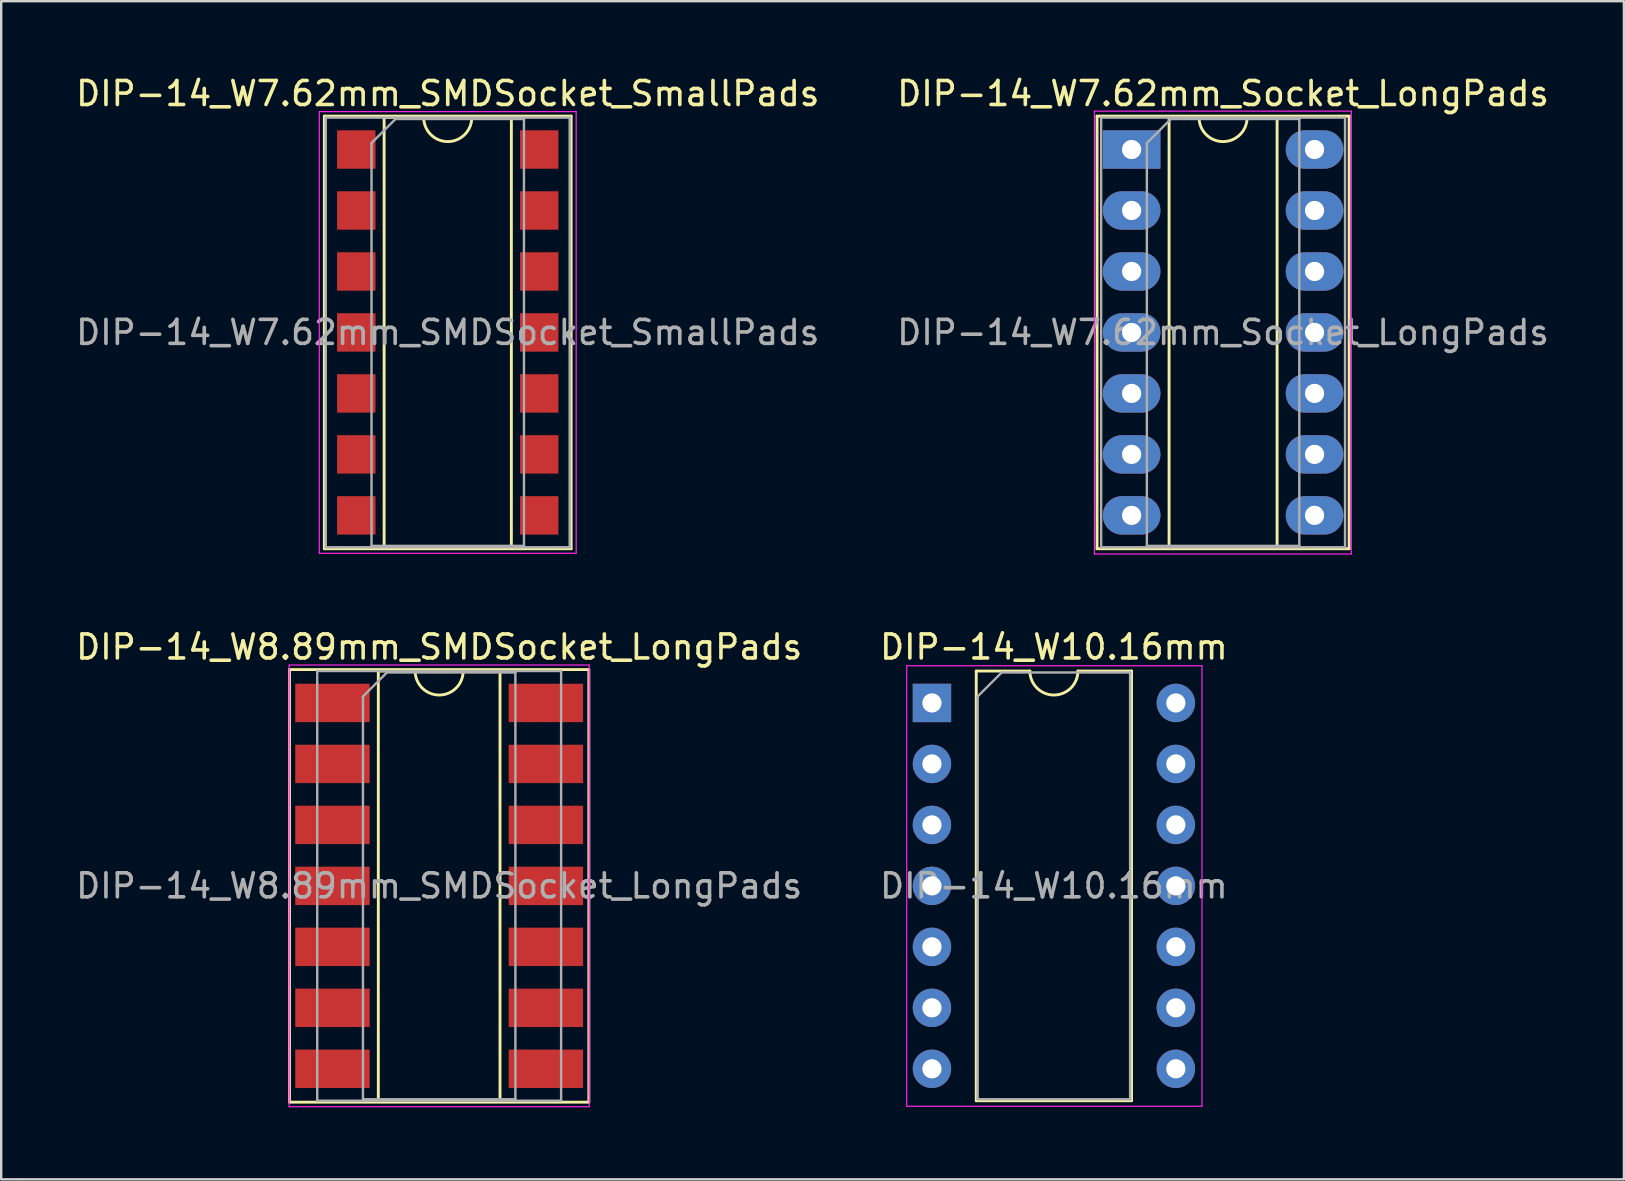
<source format=kicad_pcb>
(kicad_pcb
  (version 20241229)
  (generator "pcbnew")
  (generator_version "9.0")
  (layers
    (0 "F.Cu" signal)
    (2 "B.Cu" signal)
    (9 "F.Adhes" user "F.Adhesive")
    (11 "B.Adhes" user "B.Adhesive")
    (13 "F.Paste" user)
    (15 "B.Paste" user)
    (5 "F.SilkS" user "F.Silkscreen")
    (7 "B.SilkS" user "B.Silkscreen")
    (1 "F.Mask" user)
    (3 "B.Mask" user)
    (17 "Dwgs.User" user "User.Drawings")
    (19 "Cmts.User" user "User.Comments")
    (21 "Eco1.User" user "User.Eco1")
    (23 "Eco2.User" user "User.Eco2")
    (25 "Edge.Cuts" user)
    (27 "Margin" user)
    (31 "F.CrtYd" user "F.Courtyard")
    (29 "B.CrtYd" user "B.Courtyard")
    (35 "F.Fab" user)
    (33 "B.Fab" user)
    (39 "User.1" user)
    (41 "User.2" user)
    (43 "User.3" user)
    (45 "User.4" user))
  (footprint "DIP-14_W10.16mm"
    (layer "F.Cu")
    (at 35.771 26.232)
    (property "Reference" "DIP-14_W10.16mm" (at 5.08 -2.33 0) (layer "F.SilkS") (effects (font (size 1 1) (thickness 0.15))))
    (attr through_hole)
    (fp_line (start 1.845 -1.33) (end 1.845 16.57) (stroke (width 0.12) (type solid)) (layer "F.SilkS"))
    (fp_line (start 1.845 16.57) (end 8.315 16.57) (stroke (width 0.12) (type solid)) (layer "F.SilkS"))
    (fp_line (start 4.08 -1.33) (end 1.845 -1.33) (stroke (width 0.12) (type solid)) (layer "F.SilkS"))
    (fp_line (start 8.315 -1.33) (end 6.08 -1.33) (stroke (width 0.12) (type solid)) (layer "F.SilkS"))
    (fp_line (start 8.315 16.57) (end 8.315 -1.33) (stroke (width 0.12) (type solid)) (layer "F.SilkS"))
    (fp_arc (start 6.08 -1.33) (mid 5.08 -0.33) (end 4.08 -1.33) (stroke (width 0.12) (type solid)) (layer "F.SilkS"))
    (fp_line (start -1.05 -1.55) (end -1.05 16.8) (stroke (width 0.05) (type solid)) (layer "F.CrtYd"))
    (fp_line (start -1.05 16.8) (end 11.25 16.8) (stroke (width 0.05) (type solid)) (layer "F.CrtYd"))
    (fp_line (start 11.25 -1.55) (end -1.05 -1.55) (stroke (width 0.05) (type solid)) (layer "F.CrtYd"))
    (fp_line (start 11.25 16.8) (end 11.25 -1.55) (stroke (width 0.05) (type solid)) (layer "F.CrtYd"))
    (fp_line (start 1.905 -0.27) (end 2.905 -1.27) (stroke (width 0.1) (type solid)) (layer "F.Fab"))
    (fp_line (start 1.905 16.51) (end 1.905 -0.27) (stroke (width 0.1) (type solid)) (layer "F.Fab"))
    (fp_line (start 2.905 -1.27) (end 8.255 -1.27) (stroke (width 0.1) (type solid)) (layer "F.Fab"))
    (fp_line (start 8.255 -1.27) (end 8.255 16.51) (stroke (width 0.1) (type solid)) (layer "F.Fab"))
    (fp_line (start 8.255 16.51) (end 1.905 16.51) (stroke (width 0.1) (type solid)) (layer "F.Fab"))
    (fp_text user "${REFERENCE}" (at 5.08 7.62 0) (layer "F.Fab") (effects (font (size 1 1) (thickness 0.15))))
    (pad "1" thru_hole rect (at 0 0) (size 1.6 1.6) (drill 0.8) (layers "*.Cu" "*.Mask"))
    (pad "2" thru_hole oval (at 0 2.54) (size 1.6 1.6) (drill 0.8) (layers "*.Cu" "*.Mask"))
    (pad "3" thru_hole oval (at 0 5.08) (size 1.6 1.6) (drill 0.8) (layers "*.Cu" "*.Mask"))
    (pad "4" thru_hole oval (at 0 7.62) (size 1.6 1.6) (drill 0.8) (layers "*.Cu" "*.Mask"))
    (pad "5" thru_hole oval (at 0 10.16) (size 1.6 1.6) (drill 0.8) (layers "*.Cu" "*.Mask"))
    (pad "6" thru_hole oval (at 0 12.7) (size 1.6 1.6) (drill 0.8) (layers "*.Cu" "*.Mask"))
    (pad "7" thru_hole oval (at 0 15.24) (size 1.6 1.6) (drill 0.8) (layers "*.Cu" "*.Mask"))
    (pad "8" thru_hole oval (at 10.16 15.24) (size 1.6 1.6) (drill 0.8) (layers "*.Cu" "*.Mask"))
    (pad "9" thru_hole oval (at 10.16 12.7) (size 1.6 1.6) (drill 0.8) (layers "*.Cu" "*.Mask"))
    (pad "10" thru_hole oval (at 10.16 10.16) (size 1.6 1.6) (drill 0.8) (layers "*.Cu" "*.Mask"))
    (pad "11" thru_hole oval (at 10.16 7.62) (size 1.6 1.6) (drill 0.8) (layers "*.Cu" "*.Mask"))
    (pad "12" thru_hole oval (at 10.16 5.08) (size 1.6 1.6) (drill 0.8) (layers "*.Cu" "*.Mask"))
    (pad "13" thru_hole oval (at 10.16 2.54) (size 1.6 1.6) (drill 0.8) (layers "*.Cu" "*.Mask"))
    (pad "14" thru_hole oval (at 10.16 0) (size 1.6 1.6) (drill 0.8) (layers "*.Cu" "*.Mask")))
  (footprint "DIP-14_W8.89mm_SMDSocket_LongPads"
    (layer "F.Cu")
    (at 15.244 33.852)
    (property "Reference" "DIP-14_W8.89mm_SMDSocket_LongPads" (at 0 -9.95 0) (layer "F.SilkS") (effects (font (size 1 1) (thickness 0.15))))
    (attr smd)
    (fp_line (start -6.235 -9.01) (end -6.235 9.01) (stroke (width 0.12) (type solid)) (layer "F.SilkS"))
    (fp_line (start -6.235 9.01) (end 6.235 9.01) (stroke (width 0.12) (type solid)) (layer "F.SilkS"))
    (fp_line (start -2.535 -8.95) (end -2.535 8.95) (stroke (width 0.12) (type solid)) (layer "F.SilkS"))
    (fp_line (start -2.535 8.95) (end 2.535 8.95) (stroke (width 0.12) (type solid)) (layer "F.SilkS"))
    (fp_line (start -1 -8.95) (end -2.535 -8.95) (stroke (width 0.12) (type solid)) (layer "F.SilkS"))
    (fp_line (start 2.535 -8.95) (end 1 -8.95) (stroke (width 0.12) (type solid)) (layer "F.SilkS"))
    (fp_line (start 2.535 8.95) (end 2.535 -8.95) (stroke (width 0.12) (type solid)) (layer "F.SilkS"))
    (fp_line (start 6.235 -9.01) (end -6.235 -9.01) (stroke (width 0.12) (type solid)) (layer "F.SilkS"))
    (fp_line (start 6.235 9.01) (end 6.235 -9.01) (stroke (width 0.12) (type solid)) (layer "F.SilkS"))
    (fp_arc (start 1 -8.95) (mid 0 -7.95) (end -1 -8.95) (stroke (width 0.12) (type solid)) (layer "F.SilkS"))
    (fp_line (start -6.25 -9.2) (end -6.25 9.2) (stroke (width 0.05) (type solid)) (layer "F.CrtYd"))
    (fp_line (start -6.25 9.2) (end 6.25 9.2) (stroke (width 0.05) (type solid)) (layer "F.CrtYd"))
    (fp_line (start 6.25 -9.2) (end -6.25 -9.2) (stroke (width 0.05) (type solid)) (layer "F.CrtYd"))
    (fp_line (start 6.25 9.2) (end 6.25 -9.2) (stroke (width 0.05) (type solid)) (layer "F.CrtYd"))
    (fp_line (start -5.08 -8.95) (end -5.08 8.95) (stroke (width 0.1) (type solid)) (layer "F.Fab"))
    (fp_line (start -5.08 8.95) (end 5.08 8.95) (stroke (width 0.1) (type solid)) (layer "F.Fab"))
    (fp_line (start -3.175 -7.89) (end -2.175 -8.89) (stroke (width 0.1) (type solid)) (layer "F.Fab"))
    (fp_line (start -3.175 8.89) (end -3.175 -7.89) (stroke (width 0.1) (type solid)) (layer "F.Fab"))
    (fp_line (start -2.175 -8.89) (end 3.175 -8.89) (stroke (width 0.1) (type solid)) (layer "F.Fab"))
    (fp_line (start 3.175 -8.89) (end 3.175 8.89) (stroke (width 0.1) (type solid)) (layer "F.Fab"))
    (fp_line (start 3.175 8.89) (end -3.175 8.89) (stroke (width 0.1) (type solid)) (layer "F.Fab"))
    (fp_line (start 5.08 -8.95) (end -5.08 -8.95) (stroke (width 0.1) (type solid)) (layer "F.Fab"))
    (fp_line (start 5.08 8.95) (end 5.08 -8.95) (stroke (width 0.1) (type solid)) (layer "F.Fab"))
    (fp_text user "${REFERENCE}" (at 0 0 0) (layer "F.Fab") (effects (font (size 1 1) (thickness 0.15))))
    (pad "1" smd rect (at -4.445 -7.62) (size 3.1 1.6) (layers "F.Cu" "F.Mask" "F.Paste"))
    (pad "2" smd rect (at -4.445 -5.08) (size 3.1 1.6) (layers "F.Cu" "F.Mask" "F.Paste"))
    (pad "3" smd rect (at -4.445 -2.54) (size 3.1 1.6) (layers "F.Cu" "F.Mask" "F.Paste"))
    (pad "4" smd rect (at -4.445 0) (size 3.1 1.6) (layers "F.Cu" "F.Mask" "F.Paste"))
    (pad "5" smd rect (at -4.445 2.54) (size 3.1 1.6) (layers "F.Cu" "F.Mask" "F.Paste"))
    (pad "6" smd rect (at -4.445 5.08) (size 3.1 1.6) (layers "F.Cu" "F.Mask" "F.Paste"))
    (pad "7" smd rect (at -4.445 7.62) (size 3.1 1.6) (layers "F.Cu" "F.Mask" "F.Paste"))
    (pad "8" smd rect (at 4.445 7.62) (size 3.1 1.6) (layers "F.Cu" "F.Mask" "F.Paste"))
    (pad "9" smd rect (at 4.445 5.08) (size 3.1 1.6) (layers "F.Cu" "F.Mask" "F.Paste"))
    (pad "10" smd rect (at 4.445 2.54) (size 3.1 1.6) (layers "F.Cu" "F.Mask" "F.Paste"))
    (pad "11" smd rect (at 4.445 0) (size 3.1 1.6) (layers "F.Cu" "F.Mask" "F.Paste"))
    (pad "12" smd rect (at 4.445 -2.54) (size 3.1 1.6) (layers "F.Cu" "F.Mask" "F.Paste"))
    (pad "13" smd rect (at 4.445 -5.08) (size 3.1 1.6) (layers "F.Cu" "F.Mask" "F.Paste"))
    (pad "14" smd rect (at 4.445 -7.62) (size 3.1 1.6) (layers "F.Cu" "F.Mask" "F.Paste")))
  (footprint "DIP-14_W7.62mm_Socket_LongPads"
    (layer "F.Cu")
    (at 44.089 3.178)
    (property "Reference" "DIP-14_W7.62mm_Socket_LongPads" (at 3.81 -2.33 0) (layer "F.SilkS") (effects (font (size 1 1) (thickness 0.15))))
    (attr through_hole)
    (fp_line (start -1.44 -1.39) (end -1.44 16.63) (stroke (width 0.12) (type solid)) (layer "F.SilkS"))
    (fp_line (start -1.44 16.63) (end 9.06 16.63) (stroke (width 0.12) (type solid)) (layer "F.SilkS"))
    (fp_line (start 1.56 -1.33) (end 1.56 16.57) (stroke (width 0.12) (type solid)) (layer "F.SilkS"))
    (fp_line (start 1.56 16.57) (end 6.06 16.57) (stroke (width 0.12) (type solid)) (layer "F.SilkS"))
    (fp_line (start 2.81 -1.33) (end 1.56 -1.33) (stroke (width 0.12) (type solid)) (layer "F.SilkS"))
    (fp_line (start 6.06 -1.33) (end 4.81 -1.33) (stroke (width 0.12) (type solid)) (layer "F.SilkS"))
    (fp_line (start 6.06 16.57) (end 6.06 -1.33) (stroke (width 0.12) (type solid)) (layer "F.SilkS"))
    (fp_line (start 9.06 -1.39) (end -1.44 -1.39) (stroke (width 0.12) (type solid)) (layer "F.SilkS"))
    (fp_line (start 9.06 16.63) (end 9.06 -1.39) (stroke (width 0.12) (type solid)) (layer "F.SilkS"))
    (fp_arc (start 4.81 -1.33) (mid 3.81 -0.33) (end 2.81 -1.33) (stroke (width 0.12) (type solid)) (layer "F.SilkS"))
    (fp_line (start -1.55 -1.6) (end -1.55 16.85) (stroke (width 0.05) (type solid)) (layer "F.CrtYd"))
    (fp_line (start -1.55 16.85) (end 9.15 16.85) (stroke (width 0.05) (type solid)) (layer "F.CrtYd"))
    (fp_line (start 9.15 -1.6) (end -1.55 -1.6) (stroke (width 0.05) (type solid)) (layer "F.CrtYd"))
    (fp_line (start 9.15 16.85) (end 9.15 -1.6) (stroke (width 0.05) (type solid)) (layer "F.CrtYd"))
    (fp_line (start -1.27 -1.33) (end -1.27 16.57) (stroke (width 0.1) (type solid)) (layer "F.Fab"))
    (fp_line (start -1.27 16.57) (end 8.89 16.57) (stroke (width 0.1) (type solid)) (layer "F.Fab"))
    (fp_line (start 0.635 -0.27) (end 1.635 -1.27) (stroke (width 0.1) (type solid)) (layer "F.Fab"))
    (fp_line (start 0.635 16.51) (end 0.635 -0.27) (stroke (width 0.1) (type solid)) (layer "F.Fab"))
    (fp_line (start 1.635 -1.27) (end 6.985 -1.27) (stroke (width 0.1) (type solid)) (layer "F.Fab"))
    (fp_line (start 6.985 -1.27) (end 6.985 16.51) (stroke (width 0.1) (type solid)) (layer "F.Fab"))
    (fp_line (start 6.985 16.51) (end 0.635 16.51) (stroke (width 0.1) (type solid)) (layer "F.Fab"))
    (fp_line (start 8.89 -1.33) (end -1.27 -1.33) (stroke (width 0.1) (type solid)) (layer "F.Fab"))
    (fp_line (start 8.89 16.57) (end 8.89 -1.33) (stroke (width 0.1) (type solid)) (layer "F.Fab"))
    (fp_text user "${REFERENCE}" (at 3.81 7.62 0) (layer "F.Fab") (effects (font (size 1 1) (thickness 0.15))))
    (pad "1" thru_hole rect (at 0 0) (size 2.4 1.6) (drill 0.8) (layers "*.Cu" "*.Mask"))
    (pad "2" thru_hole oval (at 0 2.54) (size 2.4 1.6) (drill 0.8) (layers "*.Cu" "*.Mask"))
    (pad "3" thru_hole oval (at 0 5.08) (size 2.4 1.6) (drill 0.8) (layers "*.Cu" "*.Mask"))
    (pad "4" thru_hole oval (at 0 7.62) (size 2.4 1.6) (drill 0.8) (layers "*.Cu" "*.Mask"))
    (pad "5" thru_hole oval (at 0 10.16) (size 2.4 1.6) (drill 0.8) (layers "*.Cu" "*.Mask"))
    (pad "6" thru_hole oval (at 0 12.7) (size 2.4 1.6) (drill 0.8) (layers "*.Cu" "*.Mask"))
    (pad "7" thru_hole oval (at 0 15.24) (size 2.4 1.6) (drill 0.8) (layers "*.Cu" "*.Mask"))
    (pad "8" thru_hole oval (at 7.62 15.24) (size 2.4 1.6) (drill 0.8) (layers "*.Cu" "*.Mask"))
    (pad "9" thru_hole oval (at 7.62 12.7) (size 2.4 1.6) (drill 0.8) (layers "*.Cu" "*.Mask"))
    (pad "10" thru_hole oval (at 7.62 10.16) (size 2.4 1.6) (drill 0.8) (layers "*.Cu" "*.Mask"))
    (pad "11" thru_hole oval (at 7.62 7.62) (size 2.4 1.6) (drill 0.8) (layers "*.Cu" "*.Mask"))
    (pad "12" thru_hole oval (at 7.62 5.08) (size 2.4 1.6) (drill 0.8) (layers "*.Cu" "*.Mask"))
    (pad "13" thru_hole oval (at 7.62 2.54) (size 2.4 1.6) (drill 0.8) (layers "*.Cu" "*.Mask"))
    (pad "14" thru_hole oval (at 7.62 0) (size 2.4 1.6) (drill 0.8) (layers "*.Cu" "*.Mask")))
  (footprint "DIP-14_W7.62mm_SMDSocket_SmallPads"
    (layer "F.Cu")
    (at 15.601 10.798)
    (property "Reference" "DIP-14_W7.62mm_SMDSocket_SmallPads" (at 0 -9.95 0) (layer "F.SilkS") (effects (font (size 1 1) (thickness 0.15))))
    (attr smd)
    (fp_line (start -5.14 -9.01) (end -5.14 9.01) (stroke (width 0.12) (type solid)) (layer "F.SilkS"))
    (fp_line (start -5.14 9.01) (end 5.14 9.01) (stroke (width 0.12) (type solid)) (layer "F.SilkS"))
    (fp_line (start -2.65 -8.95) (end -2.65 8.95) (stroke (width 0.12) (type solid)) (layer "F.SilkS"))
    (fp_line (start -2.65 8.95) (end 2.65 8.95) (stroke (width 0.12) (type solid)) (layer "F.SilkS"))
    (fp_line (start -1 -8.95) (end -2.65 -8.95) (stroke (width 0.12) (type solid)) (layer "F.SilkS"))
    (fp_line (start 2.65 -8.95) (end 1 -8.95) (stroke (width 0.12) (type solid)) (layer "F.SilkS"))
    (fp_line (start 2.65 8.95) (end 2.65 -8.95) (stroke (width 0.12) (type solid)) (layer "F.SilkS"))
    (fp_line (start 5.14 -9.01) (end -5.14 -9.01) (stroke (width 0.12) (type solid)) (layer "F.SilkS"))
    (fp_line (start 5.14 9.01) (end 5.14 -9.01) (stroke (width 0.12) (type solid)) (layer "F.SilkS"))
    (fp_arc (start 1 -8.95) (mid 0 -7.95) (end -1 -8.95) (stroke (width 0.12) (type solid)) (layer "F.SilkS"))
    (fp_line (start -5.35 -9.2) (end -5.35 9.2) (stroke (width 0.05) (type solid)) (layer "F.CrtYd"))
    (fp_line (start -5.35 9.2) (end 5.35 9.2) (stroke (width 0.05) (type solid)) (layer "F.CrtYd"))
    (fp_line (start 5.35 -9.2) (end -5.35 -9.2) (stroke (width 0.05) (type solid)) (layer "F.CrtYd"))
    (fp_line (start 5.35 9.2) (end 5.35 -9.2) (stroke (width 0.05) (type solid)) (layer "F.CrtYd"))
    (fp_line (start -5.08 -8.95) (end -5.08 8.95) (stroke (width 0.1) (type solid)) (layer "F.Fab"))
    (fp_line (start -5.08 8.95) (end 5.08 8.95) (stroke (width 0.1) (type solid)) (layer "F.Fab"))
    (fp_line (start -3.175 -7.89) (end -2.175 -8.89) (stroke (width 0.1) (type solid)) (layer "F.Fab"))
    (fp_line (start -3.175 8.89) (end -3.175 -7.89) (stroke (width 0.1) (type solid)) (layer "F.Fab"))
    (fp_line (start -2.175 -8.89) (end 3.175 -8.89) (stroke (width 0.1) (type solid)) (layer "F.Fab"))
    (fp_line (start 3.175 -8.89) (end 3.175 8.89) (stroke (width 0.1) (type solid)) (layer "F.Fab"))
    (fp_line (start 3.175 8.89) (end -3.175 8.89) (stroke (width 0.1) (type solid)) (layer "F.Fab"))
    (fp_line (start 5.08 -8.95) (end -5.08 -8.95) (stroke (width 0.1) (type solid)) (layer "F.Fab"))
    (fp_line (start 5.08 8.95) (end 5.08 -8.95) (stroke (width 0.1) (type solid)) (layer "F.Fab"))
    (fp_text user "${REFERENCE}" (at 0 0 0) (layer "F.Fab") (effects (font (size 1 1) (thickness 0.15))))
    (pad "1" smd rect (at -3.81 -7.62) (size 1.6 1.6) (layers "F.Cu" "F.Mask" "F.Paste"))
    (pad "2" smd rect (at -3.81 -5.08) (size 1.6 1.6) (layers "F.Cu" "F.Mask" "F.Paste"))
    (pad "3" smd rect (at -3.81 -2.54) (size 1.6 1.6) (layers "F.Cu" "F.Mask" "F.Paste"))
    (pad "4" smd rect (at -3.81 0) (size 1.6 1.6) (layers "F.Cu" "F.Mask" "F.Paste"))
    (pad "5" smd rect (at -3.81 2.54) (size 1.6 1.6) (layers "F.Cu" "F.Mask" "F.Paste"))
    (pad "6" smd rect (at -3.81 5.08) (size 1.6 1.6) (layers "F.Cu" "F.Mask" "F.Paste"))
    (pad "7" smd rect (at -3.81 7.62) (size 1.6 1.6) (layers "F.Cu" "F.Mask" "F.Paste"))
    (pad "8" smd rect (at 3.81 7.62) (size 1.6 1.6) (layers "F.Cu" "F.Mask" "F.Paste"))
    (pad "9" smd rect (at 3.81 5.08) (size 1.6 1.6) (layers "F.Cu" "F.Mask" "F.Paste"))
    (pad "10" smd rect (at 3.81 2.54) (size 1.6 1.6) (layers "F.Cu" "F.Mask" "F.Paste"))
    (pad "11" smd rect (at 3.81 0) (size 1.6 1.6) (layers "F.Cu" "F.Mask" "F.Paste"))
    (pad "12" smd rect (at 3.81 -2.54) (size 1.6 1.6) (layers "F.Cu" "F.Mask" "F.Paste"))
    (pad "13" smd rect (at 3.81 -5.08) (size 1.6 1.6) (layers "F.Cu" "F.Mask" "F.Paste"))
    (pad "14" smd rect (at 3.81 -7.62) (size 1.6 1.6) (layers "F.Cu" "F.Mask" "F.Paste")))
  (gr_rect
    (start -3 -3)
    (end 64.595 46.077)
    (stroke (width 0.1) (type default))
    (fill no)
    (layer "Edge.Cuts")))
</source>
